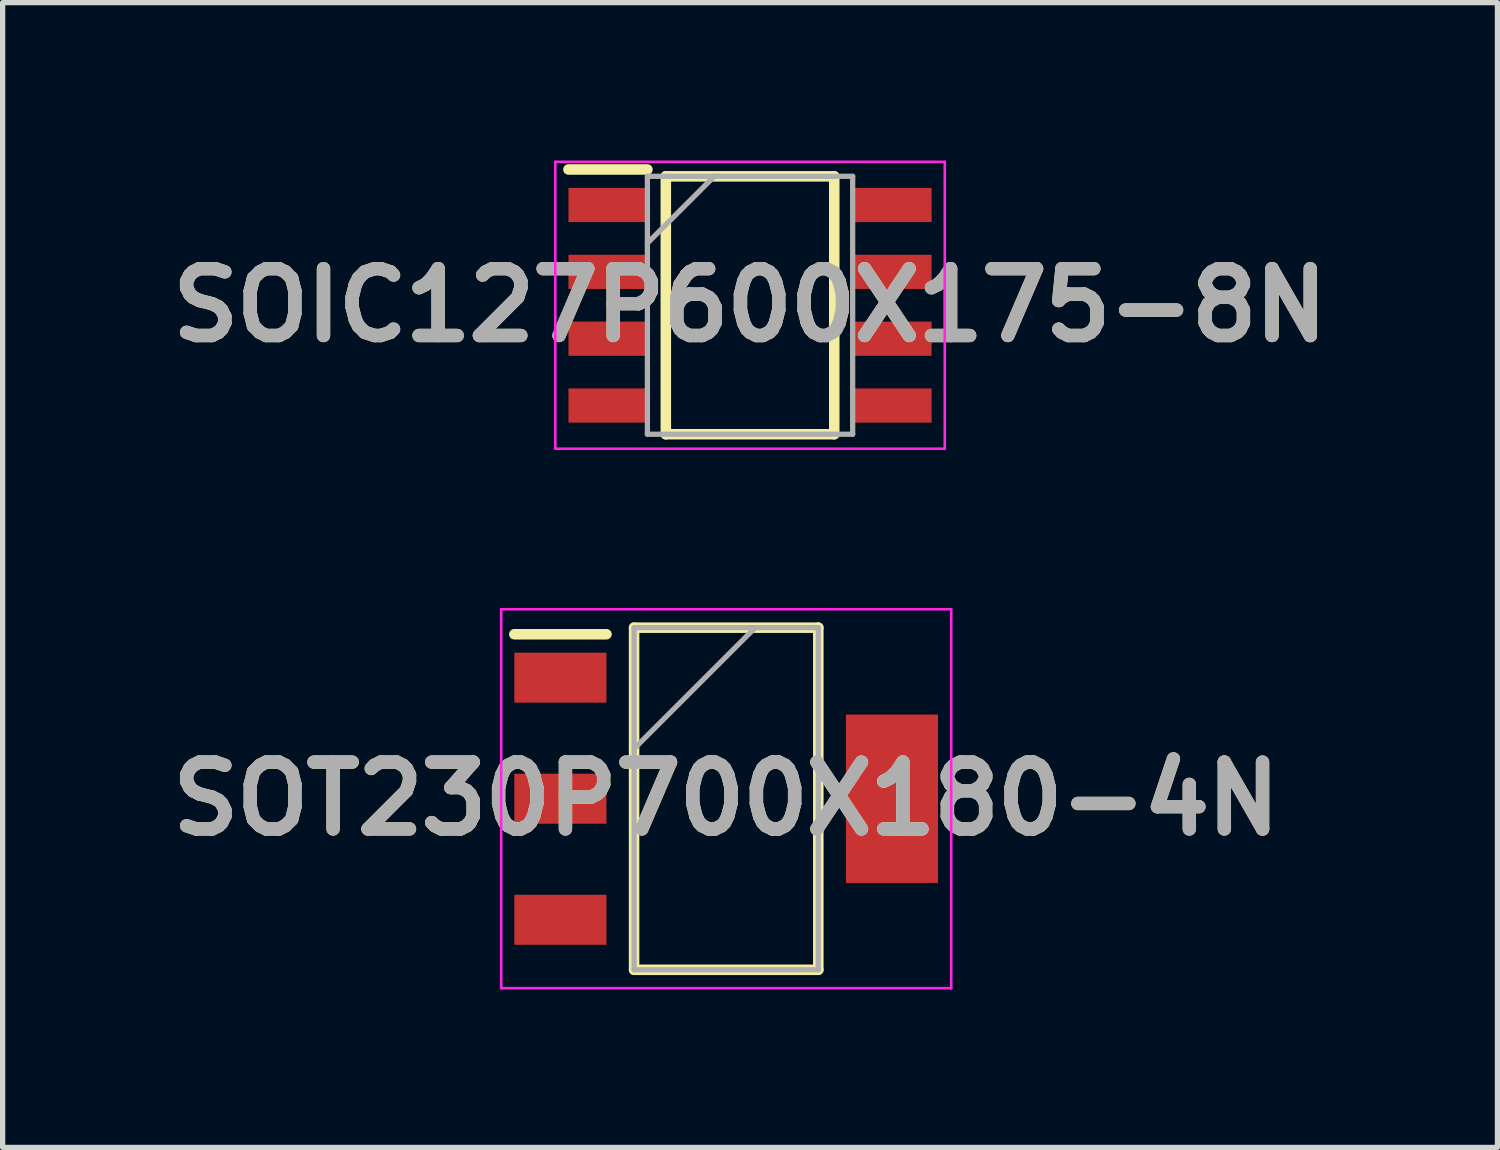
<source format=kicad_pcb>
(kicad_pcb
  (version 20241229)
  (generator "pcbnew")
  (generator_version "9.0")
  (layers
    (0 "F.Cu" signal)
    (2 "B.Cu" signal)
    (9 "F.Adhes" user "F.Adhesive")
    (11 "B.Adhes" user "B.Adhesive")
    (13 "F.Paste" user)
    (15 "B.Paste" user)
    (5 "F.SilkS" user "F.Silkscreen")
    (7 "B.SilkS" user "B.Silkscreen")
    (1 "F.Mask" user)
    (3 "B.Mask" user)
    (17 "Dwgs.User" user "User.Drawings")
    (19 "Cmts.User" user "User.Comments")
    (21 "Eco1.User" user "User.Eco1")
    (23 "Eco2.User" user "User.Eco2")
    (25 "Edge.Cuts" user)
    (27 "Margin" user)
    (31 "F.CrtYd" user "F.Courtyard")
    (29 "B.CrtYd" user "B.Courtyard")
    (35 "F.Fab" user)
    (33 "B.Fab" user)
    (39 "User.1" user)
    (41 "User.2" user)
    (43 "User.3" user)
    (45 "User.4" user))
  (footprint "SOIC127P600X175-8N"
    (layer "F.Cu")
    (at 11.2 2.75)
    (property "Reference" "SOIC127P600X175-8N" (at 0 0 0) (layer "F.SilkS") (effects (font (size 1.27 1.27) (thickness 0.254))))
    (attr smd)
    (fp_line (start -3.45 -2.58) (end -1.95 -2.58) (stroke (width 0.2) (type solid)) (layer "F.SilkS"))
    (fp_line (start -1.6 -2.45) (end 1.6 -2.45) (stroke (width 0.2) (type solid)) (layer "F.SilkS"))
    (fp_line (start -1.6 2.45) (end -1.6 -2.45) (stroke (width 0.2) (type solid)) (layer "F.SilkS"))
    (fp_line (start 1.6 -2.45) (end 1.6 2.45) (stroke (width 0.2) (type solid)) (layer "F.SilkS"))
    (fp_line (start 1.6 2.45) (end -1.6 2.45) (stroke (width 0.2) (type solid)) (layer "F.SilkS"))
    (fp_line (start -3.7 -2.725) (end 3.7 -2.725) (stroke (width 0.05) (type solid)) (layer "F.CrtYd"))
    (fp_line (start -3.7 2.725) (end -3.7 -2.725) (stroke (width 0.05) (type solid)) (layer "F.CrtYd"))
    (fp_line (start 3.7 -2.725) (end 3.7 2.725) (stroke (width 0.05) (type solid)) (layer "F.CrtYd"))
    (fp_line (start 3.7 2.725) (end -3.7 2.725) (stroke (width 0.05) (type solid)) (layer "F.CrtYd"))
    (fp_line (start -1.95 -2.45) (end 1.95 -2.45) (stroke (width 0.1) (type solid)) (layer "F.Fab"))
    (fp_line (start -1.95 -1.18) (end -0.68 -2.45) (stroke (width 0.1) (type solid)) (layer "F.Fab"))
    (fp_line (start -1.95 2.45) (end -1.95 -2.45) (stroke (width 0.1) (type solid)) (layer "F.Fab"))
    (fp_line (start 1.95 -2.45) (end 1.95 2.45) (stroke (width 0.1) (type solid)) (layer "F.Fab"))
    (fp_line (start 1.95 2.45) (end -1.95 2.45) (stroke (width 0.1) (type solid)) (layer "F.Fab"))
    (fp_text user "${REFERENCE}" (at 0 0 0) (layer "F.Fab") (effects (font (size 1.27 1.27) (thickness 0.254))))
    (pad "1" smd rect (at -2.7 -1.905 90) (size 0.65 1.5) (layers "F.Cu" "F.Mask" "F.Paste"))
    (pad "2" smd rect (at -2.7 -0.635 90) (size 0.65 1.5) (layers "F.Cu" "F.Mask" "F.Paste"))
    (pad "3" smd rect (at -2.7 0.635 90) (size 0.65 1.5) (layers "F.Cu" "F.Mask" "F.Paste"))
    (pad "4" smd rect (at -2.7 1.905 90) (size 0.65 1.5) (layers "F.Cu" "F.Mask" "F.Paste"))
    (pad "5" smd rect (at 2.7 1.905 90) (size 0.65 1.5) (layers "F.Cu" "F.Mask" "F.Paste"))
    (pad "6" smd rect (at 2.7 0.635 90) (size 0.65 1.5) (layers "F.Cu" "F.Mask" "F.Paste"))
    (pad "7" smd rect (at 2.7 -0.635 90) (size 0.65 1.5) (layers "F.Cu" "F.Mask" "F.Paste"))
    (pad "8" smd rect (at 2.7 -1.905 90) (size 0.65 1.5) (layers "F.Cu" "F.Mask" "F.Paste")))
  (footprint "SOT230P700X180-4N"
    (layer "F.Cu")
    (at 10.747 12.125)
    (property "Reference" "SOT230P700X180-4N" (at 0 0 0) (layer "F.SilkS") (effects (font (size 1.27 1.27) (thickness 0.254))))
    (attr smd)
    (fp_line (start -4.025 -3.125) (end -2.275 -3.125) (stroke (width 0.2) (type solid)) (layer "F.SilkS"))
    (fp_line (start -1.75 -3.25) (end 1.75 -3.25) (stroke (width 0.2) (type solid)) (layer "F.SilkS"))
    (fp_line (start -1.75 3.25) (end -1.75 -3.25) (stroke (width 0.2) (type solid)) (layer "F.SilkS"))
    (fp_line (start 1.75 -3.25) (end 1.75 3.25) (stroke (width 0.2) (type solid)) (layer "F.SilkS"))
    (fp_line (start 1.75 3.25) (end -1.75 3.25) (stroke (width 0.2) (type solid)) (layer "F.SilkS"))
    (fp_line (start -4.275 -3.6) (end 4.275 -3.6) (stroke (width 0.05) (type solid)) (layer "F.CrtYd"))
    (fp_line (start -4.275 3.6) (end -4.275 -3.6) (stroke (width 0.05) (type solid)) (layer "F.CrtYd"))
    (fp_line (start 4.275 -3.6) (end 4.275 3.6) (stroke (width 0.05) (type solid)) (layer "F.CrtYd"))
    (fp_line (start 4.275 3.6) (end -4.275 3.6) (stroke (width 0.05) (type solid)) (layer "F.CrtYd"))
    (fp_line (start -1.75 -3.25) (end 1.75 -3.25) (stroke (width 0.1) (type solid)) (layer "F.Fab"))
    (fp_line (start -1.75 -0.95) (end 0.55 -3.25) (stroke (width 0.1) (type solid)) (layer "F.Fab"))
    (fp_line (start -1.75 3.25) (end -1.75 -3.25) (stroke (width 0.1) (type solid)) (layer "F.Fab"))
    (fp_line (start 1.75 -3.25) (end 1.75 3.25) (stroke (width 0.1) (type solid)) (layer "F.Fab"))
    (fp_line (start 1.75 3.25) (end -1.75 3.25) (stroke (width 0.1) (type solid)) (layer "F.Fab"))
    (fp_text user "${REFERENCE}" (at 0 0 0) (layer "F.Fab") (effects (font (size 1.27 1.27) (thickness 0.254))))
    (pad "1" smd rect (at -3.15 -2.3 90) (size 0.95 1.75) (layers "F.Cu" "F.Mask" "F.Paste"))
    (pad "2" smd rect (at -3.15 0 90) (size 0.95 1.75) (layers "F.Cu" "F.Mask" "F.Paste"))
    (pad "3" smd rect (at -3.15 2.3 90) (size 0.95 1.75) (layers "F.Cu" "F.Mask" "F.Paste"))
    (pad "4" smd rect (at 3.15 0) (size 1.75 3.2) (layers "F.Cu" "F.Mask" "F.Paste")))
  (gr_rect
    (start -3 -3)
    (end 25.4 18.75)
    (stroke (width 0.1) (type default))
    (fill no)
    (layer "Edge.Cuts")))
</source>
